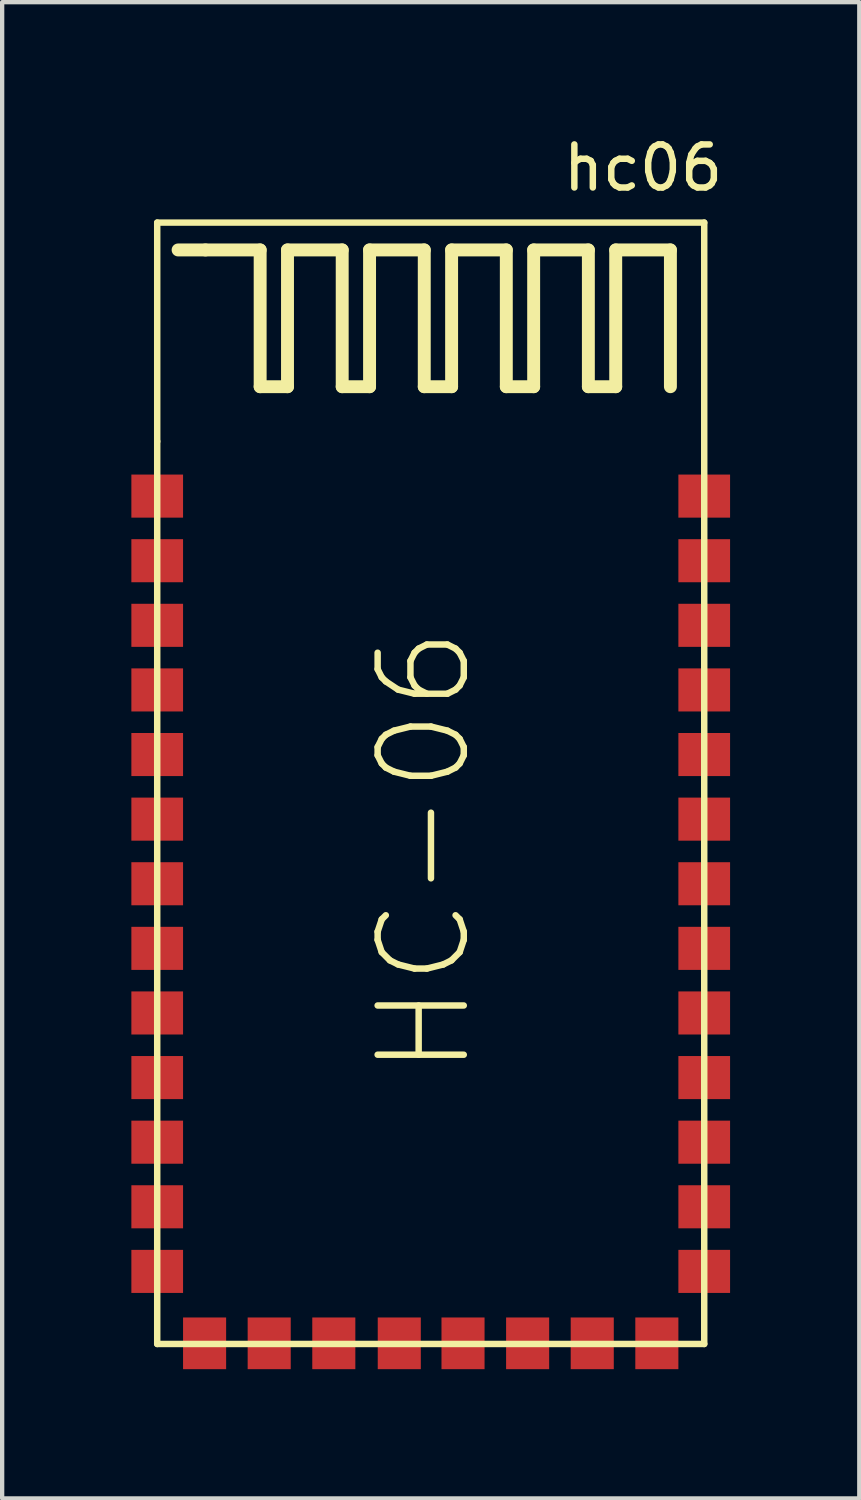
<source format=kicad_pcb>
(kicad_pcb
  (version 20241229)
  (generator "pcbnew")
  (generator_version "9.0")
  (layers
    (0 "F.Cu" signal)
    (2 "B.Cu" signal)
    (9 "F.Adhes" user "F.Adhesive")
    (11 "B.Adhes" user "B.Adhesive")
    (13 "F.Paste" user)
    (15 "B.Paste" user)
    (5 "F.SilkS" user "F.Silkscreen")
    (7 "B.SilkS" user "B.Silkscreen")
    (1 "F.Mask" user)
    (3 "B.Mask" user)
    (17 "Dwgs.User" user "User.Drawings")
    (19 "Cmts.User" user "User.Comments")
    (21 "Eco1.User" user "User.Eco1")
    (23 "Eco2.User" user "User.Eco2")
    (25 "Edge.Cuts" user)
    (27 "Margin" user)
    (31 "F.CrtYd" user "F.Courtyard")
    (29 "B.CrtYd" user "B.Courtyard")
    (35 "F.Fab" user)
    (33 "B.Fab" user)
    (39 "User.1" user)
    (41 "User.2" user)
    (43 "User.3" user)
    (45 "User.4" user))
  (footprint "hc06"
    (layer "F.Cu")
    (at 6.8 17.358)
    (property "Reference" "hc06" (at 5.08 -16.51 0) (layer "F.SilkS") (effects (font (size 1 1) (thickness 0.15))))
    (attr through_hole)
    (fp_line (start -6.2 -15.24) (end 6.5 -15.24) (stroke (width 0.15) (type solid)) (layer "F.SilkS"))
    (fp_line (start -6.2 -10.16) (end -6.2 -15.24) (stroke (width 0.15) (type solid)) (layer "F.SilkS"))
    (fp_line (start -6.2 10.795) (end -6.2 -10.16) (stroke (width 0.15) (type solid)) (layer "F.SilkS"))
    (fp_line (start -5.08 -14.605) (end -5.715 -14.605) (stroke (width 0.3) (type solid)) (layer "F.SilkS"))
    (fp_line (start -5.08 -14.605) (end -3.81 -14.605) (stroke (width 0.3) (type solid)) (layer "F.SilkS"))
    (fp_line (start -3.81 -14.605) (end -3.81 -11.43) (stroke (width 0.3) (type solid)) (layer "F.SilkS"))
    (fp_line (start -3.81 -11.43) (end -3.175 -11.43) (stroke (width 0.3) (type solid)) (layer "F.SilkS"))
    (fp_line (start -3.175 -14.605) (end -1.905 -14.605) (stroke (width 0.3) (type solid)) (layer "F.SilkS"))
    (fp_line (start -3.175 -11.43) (end -3.175 -14.605) (stroke (width 0.3) (type solid)) (layer "F.SilkS"))
    (fp_line (start -1.905 -14.605) (end -1.905 -11.43) (stroke (width 0.3) (type solid)) (layer "F.SilkS"))
    (fp_line (start -1.905 -11.43) (end -1.27 -11.43) (stroke (width 0.3) (type solid)) (layer "F.SilkS"))
    (fp_line (start -1.27 -14.605) (end 0 -14.605) (stroke (width 0.3) (type solid)) (layer "F.SilkS"))
    (fp_line (start -1.27 -11.43) (end -1.27 -14.605) (stroke (width 0.3) (type solid)) (layer "F.SilkS"))
    (fp_line (start 0 -14.605) (end 0 -11.43) (stroke (width 0.3) (type solid)) (layer "F.SilkS"))
    (fp_line (start 0 -11.43) (end 0.635 -11.43) (stroke (width 0.3) (type solid)) (layer "F.SilkS"))
    (fp_line (start 0.635 -14.605) (end 1.905 -14.605) (stroke (width 0.3) (type solid)) (layer "F.SilkS"))
    (fp_line (start 0.635 -11.43) (end 0.635 -14.605) (stroke (width 0.3) (type solid)) (layer "F.SilkS"))
    (fp_line (start 1.905 -14.605) (end 1.905 -11.43) (stroke (width 0.3) (type solid)) (layer "F.SilkS"))
    (fp_line (start 1.905 -11.43) (end 2.54 -11.43) (stroke (width 0.3) (type solid)) (layer "F.SilkS"))
    (fp_line (start 2.54 -14.605) (end 3.81 -14.605) (stroke (width 0.3) (type solid)) (layer "F.SilkS"))
    (fp_line (start 2.54 -11.43) (end 2.54 -14.605) (stroke (width 0.3) (type solid)) (layer "F.SilkS"))
    (fp_line (start 3.81 -14.605) (end 3.81 -11.43) (stroke (width 0.3) (type solid)) (layer "F.SilkS"))
    (fp_line (start 3.81 -11.43) (end 4.445 -11.43) (stroke (width 0.3) (type solid)) (layer "F.SilkS"))
    (fp_line (start 4.445 -14.605) (end 5.715 -14.605) (stroke (width 0.3) (type solid)) (layer "F.SilkS"))
    (fp_line (start 4.445 -11.43) (end 4.445 -14.605) (stroke (width 0.3) (type solid)) (layer "F.SilkS"))
    (fp_line (start 5.715 -14.605) (end 5.715 -11.43) (stroke (width 0.3) (type solid)) (layer "F.SilkS"))
    (fp_line (start 6.5 -15.24) (end 6.5 10.795) (stroke (width 0.15) (type solid)) (layer "F.SilkS"))
    (fp_line (start 6.5 10.795) (end -6.2 10.795) (stroke (width 0.15) (type solid)) (layer "F.SilkS"))
    (fp_text user "HC-06" (at 0 -0.635 90) (layer "F.SilkS") (effects (font (size 2 2) (thickness 0.15))))
    (pad "1" smd rect (at -6.2 -8.89) (size 1.2 1) (layers "F.Cu" "F.Mask" "F.Paste"))
    (pad "2" smd rect (at -6.2 -7.39) (size 1.2 1) (layers "F.Cu" "F.Mask" "F.Paste"))
    (pad "3" smd rect (at -6.2 -5.89) (size 1.2 1) (layers "F.Cu" "F.Mask" "F.Paste"))
    (pad "4" smd rect (at -6.2 -4.39) (size 1.2 1) (layers "F.Cu" "F.Mask" "F.Paste"))
    (pad "5" smd rect (at -6.2 -2.89) (size 1.2 1) (layers "F.Cu" "F.Mask" "F.Paste"))
    (pad "6" smd rect (at -6.2 -1.39) (size 1.2 1) (layers "F.Cu" "F.Mask" "F.Paste"))
    (pad "7" smd rect (at -6.2 0.11) (size 1.2 1) (layers "F.Cu" "F.Mask" "F.Paste"))
    (pad "8" smd rect (at -6.2 1.61) (size 1.2 1) (layers "F.Cu" "F.Mask" "F.Paste"))
    (pad "9" smd rect (at -6.2 3.11) (size 1.2 1) (layers "F.Cu" "F.Mask" "F.Paste"))
    (pad "10" smd rect (at -6.2 4.61) (size 1.2 1) (layers "F.Cu" "F.Mask" "F.Paste"))
    (pad "11" smd rect (at -6.2 6.11) (size 1.2 1) (layers "F.Cu" "F.Mask" "F.Paste"))
    (pad "12" smd rect (at -6.2 7.61) (size 1.2 1) (layers "F.Cu" "F.Mask" "F.Paste"))
    (pad "13" smd rect (at -6.2 9.11) (size 1.2 1) (layers "F.Cu" "F.Mask" "F.Paste"))
    (pad "14" smd rect (at -5.1 10.78 90) (size 1.2 1) (layers "F.Cu" "F.Mask" "F.Paste"))
    (pad "15" smd rect (at -3.6 10.78 90) (size 1.2 1) (layers "F.Cu" "F.Mask" "F.Paste"))
    (pad "16" smd rect (at -2.1 10.78 90) (size 1.2 1) (layers "F.Cu" "F.Mask" "F.Paste"))
    (pad "17" smd rect (at -0.58 10.78 90) (size 1.2 1) (layers "F.Cu" "F.Mask" "F.Paste"))
    (pad "18" smd rect (at 0.9 10.78 90) (size 1.2 1) (layers "F.Cu" "F.Mask" "F.Paste"))
    (pad "19" smd rect (at 2.4 10.78 90) (size 1.2 1) (layers "F.Cu" "F.Mask" "F.Paste"))
    (pad "20" smd rect (at 3.9 10.78 90) (size 1.2 1) (layers "F.Cu" "F.Mask" "F.Paste"))
    (pad "21" smd rect (at 5.4 10.78 90) (size 1.2 1) (layers "F.Cu" "F.Mask" "F.Paste"))
    (pad "22" smd rect (at 6.5 9.11) (size 1.2 1) (layers "F.Cu" "F.Mask" "F.Paste"))
    (pad "23" smd rect (at 6.5 7.61) (size 1.2 1) (layers "F.Cu" "F.Mask" "F.Paste"))
    (pad "24" smd rect (at 6.5 6.11) (size 1.2 1) (layers "F.Cu" "F.Mask" "F.Paste"))
    (pad "25" smd rect (at 6.5 4.61) (size 1.2 1) (layers "F.Cu" "F.Mask" "F.Paste"))
    (pad "26" smd rect (at 6.5 3.11) (size 1.2 1) (layers "F.Cu" "F.Mask" "F.Paste"))
    (pad "27" smd rect (at 6.5 1.61) (size 1.2 1) (layers "F.Cu" "F.Mask" "F.Paste"))
    (pad "28" smd rect (at 6.5 0.11) (size 1.2 1) (layers "F.Cu" "F.Mask" "F.Paste"))
    (pad "29" smd rect (at 6.5 -1.39) (size 1.2 1) (layers "F.Cu" "F.Mask" "F.Paste"))
    (pad "30" smd rect (at 6.5 -2.89) (size 1.2 1) (layers "F.Cu" "F.Mask" "F.Paste"))
    (pad "31" smd rect (at 6.5 -4.39) (size 1.2 1) (layers "F.Cu" "F.Mask" "F.Paste"))
    (pad "32" smd rect (at 6.5 -5.89) (size 1.2 1) (layers "F.Cu" "F.Mask" "F.Paste"))
    (pad "33" smd rect (at 6.5 -7.39) (size 1.2 1) (layers "F.Cu" "F.Mask" "F.Paste"))
    (pad "34" smd rect (at 6.5 -8.89) (size 1.2 1) (layers "F.Cu" "F.Mask" "F.Paste")))
  (gr_rect
    (start -3 -3)
    (end 16.9 31.738)
    (stroke (width 0.1) (type default))
    (fill no)
    (layer "Edge.Cuts")))
</source>
